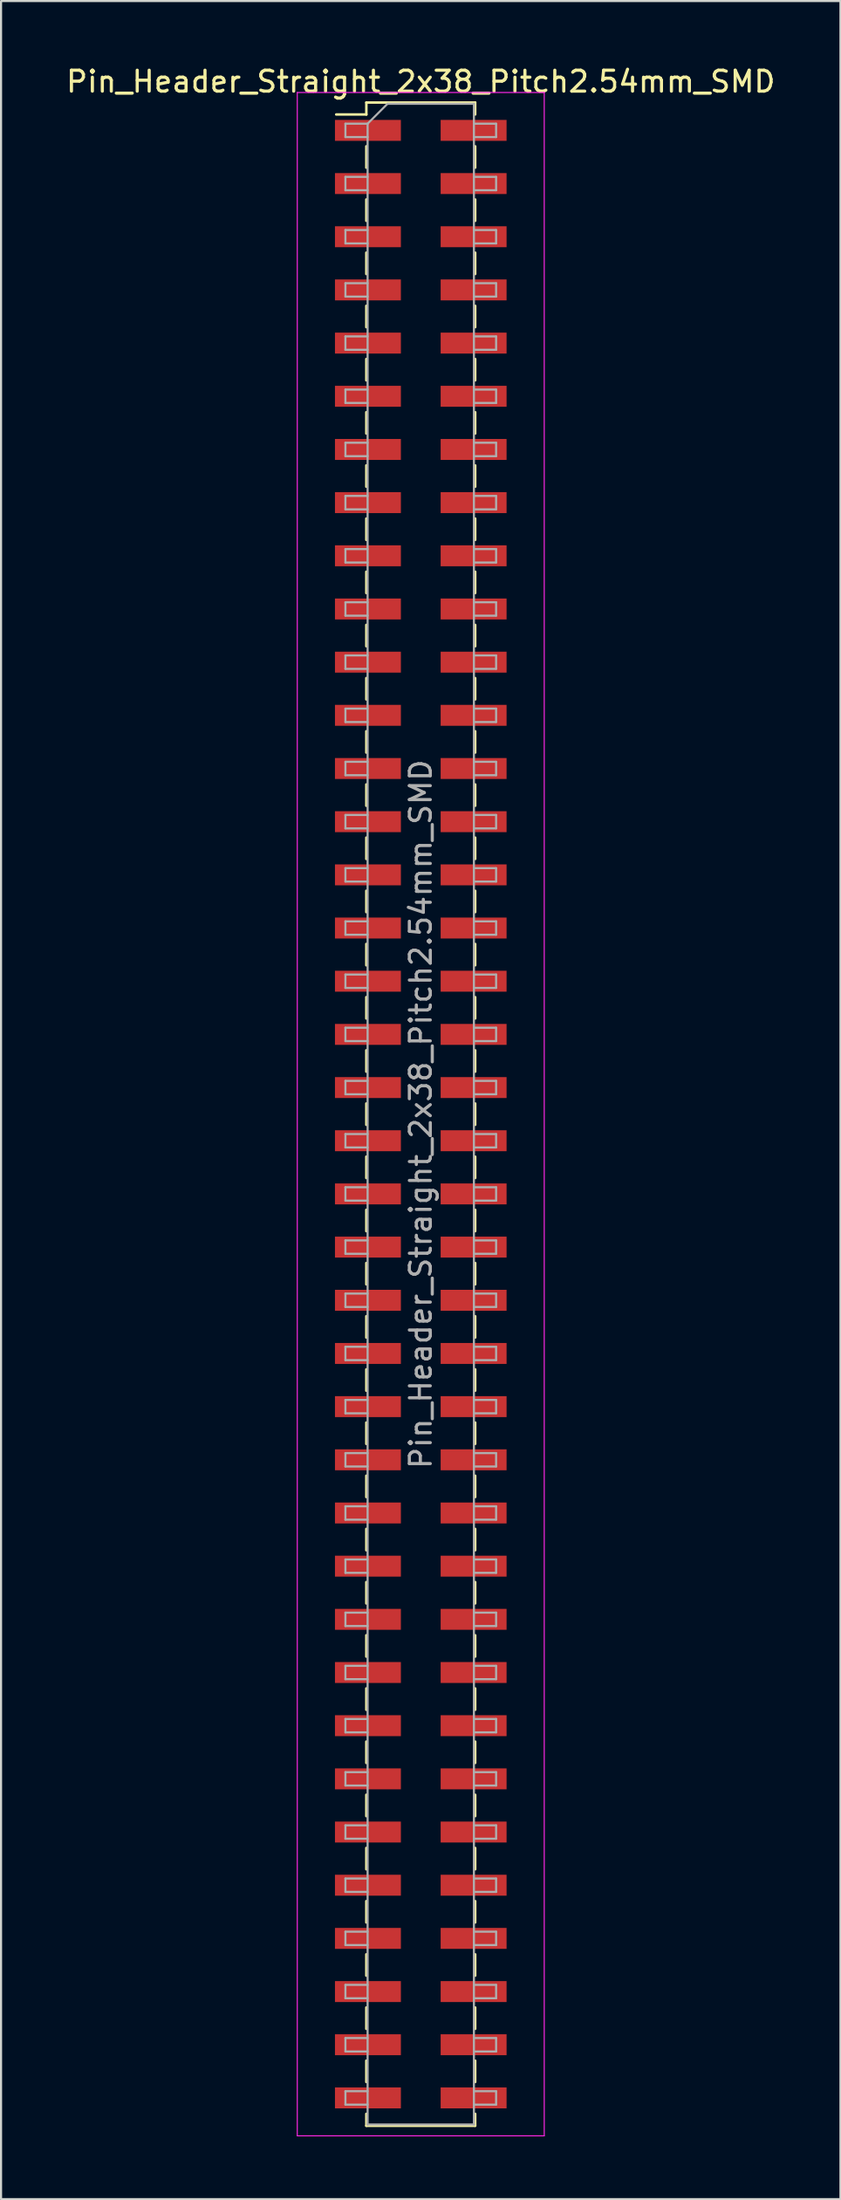
<source format=kicad_pcb>
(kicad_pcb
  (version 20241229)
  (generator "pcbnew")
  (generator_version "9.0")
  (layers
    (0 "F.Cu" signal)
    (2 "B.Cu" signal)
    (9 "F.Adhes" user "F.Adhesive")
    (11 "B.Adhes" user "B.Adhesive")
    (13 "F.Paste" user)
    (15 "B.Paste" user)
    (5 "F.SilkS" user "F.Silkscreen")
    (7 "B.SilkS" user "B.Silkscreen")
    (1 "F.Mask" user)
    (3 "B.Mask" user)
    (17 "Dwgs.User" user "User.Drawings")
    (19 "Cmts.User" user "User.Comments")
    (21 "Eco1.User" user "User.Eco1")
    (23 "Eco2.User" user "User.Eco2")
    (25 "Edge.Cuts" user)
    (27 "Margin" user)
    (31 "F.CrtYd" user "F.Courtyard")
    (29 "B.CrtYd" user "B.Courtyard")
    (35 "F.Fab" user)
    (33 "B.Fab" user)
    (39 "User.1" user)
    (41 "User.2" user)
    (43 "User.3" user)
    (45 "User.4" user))
  (footprint "Pin_Header_Straight_2x38_Pitch2.54mm_SMD"
    (layer "F.Cu")
    (at 17.054 50.168)
    (property "Reference" "Pin_Header_Straight_2x38_Pitch2.54mm_SMD" (at 0 -49.32 0) (layer "F.SilkS") (effects (font (size 1 1) (thickness 0.15))))
    (attr smd)
    (fp_line (start -4.04 -47.75) (end -2.6 -47.75) (stroke (width 0.12) (type solid)) (layer "F.SilkS"))
    (fp_line (start -2.6 -48.32) (end -2.6 -47.75) (stroke (width 0.12) (type solid)) (layer "F.SilkS"))
    (fp_line (start -2.6 -48.32) (end 2.6 -48.32) (stroke (width 0.12) (type solid)) (layer "F.SilkS"))
    (fp_line (start -2.6 -46.23) (end -2.6 -45.21) (stroke (width 0.12) (type solid)) (layer "F.SilkS"))
    (fp_line (start -2.6 -43.69) (end -2.6 -42.67) (stroke (width 0.12) (type solid)) (layer "F.SilkS"))
    (fp_line (start -2.6 -41.15) (end -2.6 -40.13) (stroke (width 0.12) (type solid)) (layer "F.SilkS"))
    (fp_line (start -2.6 -38.61) (end -2.6 -37.59) (stroke (width 0.12) (type solid)) (layer "F.SilkS"))
    (fp_line (start -2.6 -36.07) (end -2.6 -35.05) (stroke (width 0.12) (type solid)) (layer "F.SilkS"))
    (fp_line (start -2.6 -33.53) (end -2.6 -32.51) (stroke (width 0.12) (type solid)) (layer "F.SilkS"))
    (fp_line (start -2.6 -30.99) (end -2.6 -29.97) (stroke (width 0.12) (type solid)) (layer "F.SilkS"))
    (fp_line (start -2.6 -28.45) (end -2.6 -27.43) (stroke (width 0.12) (type solid)) (layer "F.SilkS"))
    (fp_line (start -2.6 -25.91) (end -2.6 -24.89) (stroke (width 0.12) (type solid)) (layer "F.SilkS"))
    (fp_line (start -2.6 -23.37) (end -2.6 -22.35) (stroke (width 0.12) (type solid)) (layer "F.SilkS"))
    (fp_line (start -2.6 -20.83) (end -2.6 -19.81) (stroke (width 0.12) (type solid)) (layer "F.SilkS"))
    (fp_line (start -2.6 -18.29) (end -2.6 -17.27) (stroke (width 0.12) (type solid)) (layer "F.SilkS"))
    (fp_line (start -2.6 -15.75) (end -2.6 -14.73) (stroke (width 0.12) (type solid)) (layer "F.SilkS"))
    (fp_line (start -2.6 -13.21) (end -2.6 -12.19) (stroke (width 0.12) (type solid)) (layer "F.SilkS"))
    (fp_line (start -2.6 -10.67) (end -2.6 -9.65) (stroke (width 0.12) (type solid)) (layer "F.SilkS"))
    (fp_line (start -2.6 -8.13) (end -2.6 -7.11) (stroke (width 0.12) (type solid)) (layer "F.SilkS"))
    (fp_line (start -2.6 -5.59) (end -2.6 -4.57) (stroke (width 0.12) (type solid)) (layer "F.SilkS"))
    (fp_line (start -2.6 -3.05) (end -2.6 -2.03) (stroke (width 0.12) (type solid)) (layer "F.SilkS"))
    (fp_line (start -2.6 -0.51) (end -2.6 0.51) (stroke (width 0.12) (type solid)) (layer "F.SilkS"))
    (fp_line (start -2.6 2.03) (end -2.6 3.05) (stroke (width 0.12) (type solid)) (layer "F.SilkS"))
    (fp_line (start -2.6 4.57) (end -2.6 5.59) (stroke (width 0.12) (type solid)) (layer "F.SilkS"))
    (fp_line (start -2.6 7.11) (end -2.6 8.13) (stroke (width 0.12) (type solid)) (layer "F.SilkS"))
    (fp_line (start -2.6 9.65) (end -2.6 10.67) (stroke (width 0.12) (type solid)) (layer "F.SilkS"))
    (fp_line (start -2.6 12.19) (end -2.6 13.21) (stroke (width 0.12) (type solid)) (layer "F.SilkS"))
    (fp_line (start -2.6 14.73) (end -2.6 15.75) (stroke (width 0.12) (type solid)) (layer "F.SilkS"))
    (fp_line (start -2.6 17.27) (end -2.6 18.29) (stroke (width 0.12) (type solid)) (layer "F.SilkS"))
    (fp_line (start -2.6 19.81) (end -2.6 20.83) (stroke (width 0.12) (type solid)) (layer "F.SilkS"))
    (fp_line (start -2.6 22.35) (end -2.6 23.37) (stroke (width 0.12) (type solid)) (layer "F.SilkS"))
    (fp_line (start -2.6 24.89) (end -2.6 25.91) (stroke (width 0.12) (type solid)) (layer "F.SilkS"))
    (fp_line (start -2.6 27.43) (end -2.6 28.45) (stroke (width 0.12) (type solid)) (layer "F.SilkS"))
    (fp_line (start -2.6 29.97) (end -2.6 30.99) (stroke (width 0.12) (type solid)) (layer "F.SilkS"))
    (fp_line (start -2.6 32.51) (end -2.6 33.53) (stroke (width 0.12) (type solid)) (layer "F.SilkS"))
    (fp_line (start -2.6 35.05) (end -2.6 36.07) (stroke (width 0.12) (type solid)) (layer "F.SilkS"))
    (fp_line (start -2.6 37.59) (end -2.6 38.61) (stroke (width 0.12) (type solid)) (layer "F.SilkS"))
    (fp_line (start -2.6 40.13) (end -2.6 41.15) (stroke (width 0.12) (type solid)) (layer "F.SilkS"))
    (fp_line (start -2.6 42.67) (end -2.6 43.69) (stroke (width 0.12) (type solid)) (layer "F.SilkS"))
    (fp_line (start -2.6 45.21) (end -2.6 46.23) (stroke (width 0.12) (type solid)) (layer "F.SilkS"))
    (fp_line (start -2.6 47.75) (end -2.6 48.32) (stroke (width 0.12) (type solid)) (layer "F.SilkS"))
    (fp_line (start -2.6 48.32) (end 2.6 48.32) (stroke (width 0.12) (type solid)) (layer "F.SilkS"))
    (fp_line (start 2.6 -48.32) (end 2.6 -47.75) (stroke (width 0.12) (type solid)) (layer "F.SilkS"))
    (fp_line (start 2.6 -46.23) (end 2.6 -45.21) (stroke (width 0.12) (type solid)) (layer "F.SilkS"))
    (fp_line (start 2.6 -43.69) (end 2.6 -42.67) (stroke (width 0.12) (type solid)) (layer "F.SilkS"))
    (fp_line (start 2.6 -41.15) (end 2.6 -40.13) (stroke (width 0.12) (type solid)) (layer "F.SilkS"))
    (fp_line (start 2.6 -38.61) (end 2.6 -37.59) (stroke (width 0.12) (type solid)) (layer "F.SilkS"))
    (fp_line (start 2.6 -36.07) (end 2.6 -35.05) (stroke (width 0.12) (type solid)) (layer "F.SilkS"))
    (fp_line (start 2.6 -33.53) (end 2.6 -32.51) (stroke (width 0.12) (type solid)) (layer "F.SilkS"))
    (fp_line (start 2.6 -30.99) (end 2.6 -29.97) (stroke (width 0.12) (type solid)) (layer "F.SilkS"))
    (fp_line (start 2.6 -28.45) (end 2.6 -27.43) (stroke (width 0.12) (type solid)) (layer "F.SilkS"))
    (fp_line (start 2.6 -25.91) (end 2.6 -24.89) (stroke (width 0.12) (type solid)) (layer "F.SilkS"))
    (fp_line (start 2.6 -23.37) (end 2.6 -22.35) (stroke (width 0.12) (type solid)) (layer "F.SilkS"))
    (fp_line (start 2.6 -20.83) (end 2.6 -19.81) (stroke (width 0.12) (type solid)) (layer "F.SilkS"))
    (fp_line (start 2.6 -18.29) (end 2.6 -17.27) (stroke (width 0.12) (type solid)) (layer "F.SilkS"))
    (fp_line (start 2.6 -15.75) (end 2.6 -14.73) (stroke (width 0.12) (type solid)) (layer "F.SilkS"))
    (fp_line (start 2.6 -13.21) (end 2.6 -12.19) (stroke (width 0.12) (type solid)) (layer "F.SilkS"))
    (fp_line (start 2.6 -10.67) (end 2.6 -9.65) (stroke (width 0.12) (type solid)) (layer "F.SilkS"))
    (fp_line (start 2.6 -8.13) (end 2.6 -7.11) (stroke (width 0.12) (type solid)) (layer "F.SilkS"))
    (fp_line (start 2.6 -5.59) (end 2.6 -4.57) (stroke (width 0.12) (type solid)) (layer "F.SilkS"))
    (fp_line (start 2.6 -3.05) (end 2.6 -2.03) (stroke (width 0.12) (type solid)) (layer "F.SilkS"))
    (fp_line (start 2.6 -0.51) (end 2.6 0.51) (stroke (width 0.12) (type solid)) (layer "F.SilkS"))
    (fp_line (start 2.6 2.03) (end 2.6 3.05) (stroke (width 0.12) (type solid)) (layer "F.SilkS"))
    (fp_line (start 2.6 4.57) (end 2.6 5.59) (stroke (width 0.12) (type solid)) (layer "F.SilkS"))
    (fp_line (start 2.6 7.11) (end 2.6 8.13) (stroke (width 0.12) (type solid)) (layer "F.SilkS"))
    (fp_line (start 2.6 9.65) (end 2.6 10.67) (stroke (width 0.12) (type solid)) (layer "F.SilkS"))
    (fp_line (start 2.6 12.19) (end 2.6 13.21) (stroke (width 0.12) (type solid)) (layer "F.SilkS"))
    (fp_line (start 2.6 14.73) (end 2.6 15.75) (stroke (width 0.12) (type solid)) (layer "F.SilkS"))
    (fp_line (start 2.6 17.27) (end 2.6 18.29) (stroke (width 0.12) (type solid)) (layer "F.SilkS"))
    (fp_line (start 2.6 19.81) (end 2.6 20.83) (stroke (width 0.12) (type solid)) (layer "F.SilkS"))
    (fp_line (start 2.6 22.35) (end 2.6 23.37) (stroke (width 0.12) (type solid)) (layer "F.SilkS"))
    (fp_line (start 2.6 24.89) (end 2.6 25.91) (stroke (width 0.12) (type solid)) (layer "F.SilkS"))
    (fp_line (start 2.6 27.43) (end 2.6 28.45) (stroke (width 0.12) (type solid)) (layer "F.SilkS"))
    (fp_line (start 2.6 29.97) (end 2.6 30.99) (stroke (width 0.12) (type solid)) (layer "F.SilkS"))
    (fp_line (start 2.6 32.51) (end 2.6 33.53) (stroke (width 0.12) (type solid)) (layer "F.SilkS"))
    (fp_line (start 2.6 35.05) (end 2.6 36.07) (stroke (width 0.12) (type solid)) (layer "F.SilkS"))
    (fp_line (start 2.6 37.59) (end 2.6 38.61) (stroke (width 0.12) (type solid)) (layer "F.SilkS"))
    (fp_line (start 2.6 40.13) (end 2.6 41.15) (stroke (width 0.12) (type solid)) (layer "F.SilkS"))
    (fp_line (start 2.6 42.67) (end 2.6 43.69) (stroke (width 0.12) (type solid)) (layer "F.SilkS"))
    (fp_line (start 2.6 45.21) (end 2.6 46.23) (stroke (width 0.12) (type solid)) (layer "F.SilkS"))
    (fp_line (start 2.6 47.75) (end 2.6 48.32) (stroke (width 0.12) (type solid)) (layer "F.SilkS"))
    (fp_line (start -5.9 -48.8) (end -5.9 48.8) (stroke (width 0.05) (type solid)) (layer "F.CrtYd"))
    (fp_line (start -5.9 48.8) (end 5.9 48.8) (stroke (width 0.05) (type solid)) (layer "F.CrtYd"))
    (fp_line (start 5.9 -48.8) (end -5.9 -48.8) (stroke (width 0.05) (type solid)) (layer "F.CrtYd"))
    (fp_line (start 5.9 48.8) (end 5.9 -48.8) (stroke (width 0.05) (type solid)) (layer "F.CrtYd"))
    (fp_line (start -3.6 -47.31) (end -3.6 -46.67) (stroke (width 0.1) (type solid)) (layer "F.Fab"))
    (fp_line (start -3.6 -46.67) (end -2.54 -46.67) (stroke (width 0.1) (type solid)) (layer "F.Fab"))
    (fp_line (start -3.6 -44.77) (end -3.6 -44.13) (stroke (width 0.1) (type solid)) (layer "F.Fab"))
    (fp_line (start -3.6 -44.13) (end -2.54 -44.13) (stroke (width 0.1) (type solid)) (layer "F.Fab"))
    (fp_line (start -3.6 -42.23) (end -3.6 -41.59) (stroke (width 0.1) (type solid)) (layer "F.Fab"))
    (fp_line (start -3.6 -41.59) (end -2.54 -41.59) (stroke (width 0.1) (type solid)) (layer "F.Fab"))
    (fp_line (start -3.6 -39.69) (end -3.6 -39.05) (stroke (width 0.1) (type solid)) (layer "F.Fab"))
    (fp_line (start -3.6 -39.05) (end -2.54 -39.05) (stroke (width 0.1) (type solid)) (layer "F.Fab"))
    (fp_line (start -3.6 -37.15) (end -3.6 -36.51) (stroke (width 0.1) (type solid)) (layer "F.Fab"))
    (fp_line (start -3.6 -36.51) (end -2.54 -36.51) (stroke (width 0.1) (type solid)) (layer "F.Fab"))
    (fp_line (start -3.6 -34.61) (end -3.6 -33.97) (stroke (width 0.1) (type solid)) (layer "F.Fab"))
    (fp_line (start -3.6 -33.97) (end -2.54 -33.97) (stroke (width 0.1) (type solid)) (layer "F.Fab"))
    (fp_line (start -3.6 -32.07) (end -3.6 -31.43) (stroke (width 0.1) (type solid)) (layer "F.Fab"))
    (fp_line (start -3.6 -31.43) (end -2.54 -31.43) (stroke (width 0.1) (type solid)) (layer "F.Fab"))
    (fp_line (start -3.6 -29.53) (end -3.6 -28.89) (stroke (width 0.1) (type solid)) (layer "F.Fab"))
    (fp_line (start -3.6 -28.89) (end -2.54 -28.89) (stroke (width 0.1) (type solid)) (layer "F.Fab"))
    (fp_line (start -3.6 -26.99) (end -3.6 -26.35) (stroke (width 0.1) (type solid)) (layer "F.Fab"))
    (fp_line (start -3.6 -26.35) (end -2.54 -26.35) (stroke (width 0.1) (type solid)) (layer "F.Fab"))
    (fp_line (start -3.6 -24.45) (end -3.6 -23.81) (stroke (width 0.1) (type solid)) (layer "F.Fab"))
    (fp_line (start -3.6 -23.81) (end -2.54 -23.81) (stroke (width 0.1) (type solid)) (layer "F.Fab"))
    (fp_line (start -3.6 -21.91) (end -3.6 -21.27) (stroke (width 0.1) (type solid)) (layer "F.Fab"))
    (fp_line (start -3.6 -21.27) (end -2.54 -21.27) (stroke (width 0.1) (type solid)) (layer "F.Fab"))
    (fp_line (start -3.6 -19.37) (end -3.6 -18.73) (stroke (width 0.1) (type solid)) (layer "F.Fab"))
    (fp_line (start -3.6 -18.73) (end -2.54 -18.73) (stroke (width 0.1) (type solid)) (layer "F.Fab"))
    (fp_line (start -3.6 -16.83) (end -3.6 -16.19) (stroke (width 0.1) (type solid)) (layer "F.Fab"))
    (fp_line (start -3.6 -16.19) (end -2.54 -16.19) (stroke (width 0.1) (type solid)) (layer "F.Fab"))
    (fp_line (start -3.6 -14.29) (end -3.6 -13.65) (stroke (width 0.1) (type solid)) (layer "F.Fab"))
    (fp_line (start -3.6 -13.65) (end -2.54 -13.65) (stroke (width 0.1) (type solid)) (layer "F.Fab"))
    (fp_line (start -3.6 -11.75) (end -3.6 -11.11) (stroke (width 0.1) (type solid)) (layer "F.Fab"))
    (fp_line (start -3.6 -11.11) (end -2.54 -11.11) (stroke (width 0.1) (type solid)) (layer "F.Fab"))
    (fp_line (start -3.6 -9.21) (end -3.6 -8.57) (stroke (width 0.1) (type solid)) (layer "F.Fab"))
    (fp_line (start -3.6 -8.57) (end -2.54 -8.57) (stroke (width 0.1) (type solid)) (layer "F.Fab"))
    (fp_line (start -3.6 -6.67) (end -3.6 -6.03) (stroke (width 0.1) (type solid)) (layer "F.Fab"))
    (fp_line (start -3.6 -6.03) (end -2.54 -6.03) (stroke (width 0.1) (type solid)) (layer "F.Fab"))
    (fp_line (start -3.6 -4.13) (end -3.6 -3.49) (stroke (width 0.1) (type solid)) (layer "F.Fab"))
    (fp_line (start -3.6 -3.49) (end -2.54 -3.49) (stroke (width 0.1) (type solid)) (layer "F.Fab"))
    (fp_line (start -3.6 -1.59) (end -3.6 -0.95) (stroke (width 0.1) (type solid)) (layer "F.Fab"))
    (fp_line (start -3.6 -0.95) (end -2.54 -0.95) (stroke (width 0.1) (type solid)) (layer "F.Fab"))
    (fp_line (start -3.6 0.95) (end -3.6 1.59) (stroke (width 0.1) (type solid)) (layer "F.Fab"))
    (fp_line (start -3.6 1.59) (end -2.54 1.59) (stroke (width 0.1) (type solid)) (layer "F.Fab"))
    (fp_line (start -3.6 3.49) (end -3.6 4.13) (stroke (width 0.1) (type solid)) (layer "F.Fab"))
    (fp_line (start -3.6 4.13) (end -2.54 4.13) (stroke (width 0.1) (type solid)) (layer "F.Fab"))
    (fp_line (start -3.6 6.03) (end -3.6 6.67) (stroke (width 0.1) (type solid)) (layer "F.Fab"))
    (fp_line (start -3.6 6.67) (end -2.54 6.67) (stroke (width 0.1) (type solid)) (layer "F.Fab"))
    (fp_line (start -3.6 8.57) (end -3.6 9.21) (stroke (width 0.1) (type solid)) (layer "F.Fab"))
    (fp_line (start -3.6 9.21) (end -2.54 9.21) (stroke (width 0.1) (type solid)) (layer "F.Fab"))
    (fp_line (start -3.6 11.11) (end -3.6 11.75) (stroke (width 0.1) (type solid)) (layer "F.Fab"))
    (fp_line (start -3.6 11.75) (end -2.54 11.75) (stroke (width 0.1) (type solid)) (layer "F.Fab"))
    (fp_line (start -3.6 13.65) (end -3.6 14.29) (stroke (width 0.1) (type solid)) (layer "F.Fab"))
    (fp_line (start -3.6 14.29) (end -2.54 14.29) (stroke (width 0.1) (type solid)) (layer "F.Fab"))
    (fp_line (start -3.6 16.19) (end -3.6 16.83) (stroke (width 0.1) (type solid)) (layer "F.Fab"))
    (fp_line (start -3.6 16.83) (end -2.54 16.83) (stroke (width 0.1) (type solid)) (layer "F.Fab"))
    (fp_line (start -3.6 18.73) (end -3.6 19.37) (stroke (width 0.1) (type solid)) (layer "F.Fab"))
    (fp_line (start -3.6 19.37) (end -2.54 19.37) (stroke (width 0.1) (type solid)) (layer "F.Fab"))
    (fp_line (start -3.6 21.27) (end -3.6 21.91) (stroke (width 0.1) (type solid)) (layer "F.Fab"))
    (fp_line (start -3.6 21.91) (end -2.54 21.91) (stroke (width 0.1) (type solid)) (layer "F.Fab"))
    (fp_line (start -3.6 23.81) (end -3.6 24.45) (stroke (width 0.1) (type solid)) (layer "F.Fab"))
    (fp_line (start -3.6 24.45) (end -2.54 24.45) (stroke (width 0.1) (type solid)) (layer "F.Fab"))
    (fp_line (start -3.6 26.35) (end -3.6 26.99) (stroke (width 0.1) (type solid)) (layer "F.Fab"))
    (fp_line (start -3.6 26.99) (end -2.54 26.99) (stroke (width 0.1) (type solid)) (layer "F.Fab"))
    (fp_line (start -3.6 28.89) (end -3.6 29.53) (stroke (width 0.1) (type solid)) (layer "F.Fab"))
    (fp_line (start -3.6 29.53) (end -2.54 29.53) (stroke (width 0.1) (type solid)) (layer "F.Fab"))
    (fp_line (start -3.6 31.43) (end -3.6 32.07) (stroke (width 0.1) (type solid)) (layer "F.Fab"))
    (fp_line (start -3.6 32.07) (end -2.54 32.07) (stroke (width 0.1) (type solid)) (layer "F.Fab"))
    (fp_line (start -3.6 33.97) (end -3.6 34.61) (stroke (width 0.1) (type solid)) (layer "F.Fab"))
    (fp_line (start -3.6 34.61) (end -2.54 34.61) (stroke (width 0.1) (type solid)) (layer "F.Fab"))
    (fp_line (start -3.6 36.51) (end -3.6 37.15) (stroke (width 0.1) (type solid)) (layer "F.Fab"))
    (fp_line (start -3.6 37.15) (end -2.54 37.15) (stroke (width 0.1) (type solid)) (layer "F.Fab"))
    (fp_line (start -3.6 39.05) (end -3.6 39.69) (stroke (width 0.1) (type solid)) (layer "F.Fab"))
    (fp_line (start -3.6 39.69) (end -2.54 39.69) (stroke (width 0.1) (type solid)) (layer "F.Fab"))
    (fp_line (start -3.6 41.59) (end -3.6 42.23) (stroke (width 0.1) (type solid)) (layer "F.Fab"))
    (fp_line (start -3.6 42.23) (end -2.54 42.23) (stroke (width 0.1) (type solid)) (layer "F.Fab"))
    (fp_line (start -3.6 44.13) (end -3.6 44.77) (stroke (width 0.1) (type solid)) (layer "F.Fab"))
    (fp_line (start -3.6 44.77) (end -2.54 44.77) (stroke (width 0.1) (type solid)) (layer "F.Fab"))
    (fp_line (start -3.6 46.67) (end -3.6 47.31) (stroke (width 0.1) (type solid)) (layer "F.Fab"))
    (fp_line (start -3.6 47.31) (end -2.54 47.31) (stroke (width 0.1) (type solid)) (layer "F.Fab"))
    (fp_line (start -2.54 -47.31) (end -3.6 -47.31) (stroke (width 0.1) (type solid)) (layer "F.Fab"))
    (fp_line (start -2.54 -47.31) (end -1.59 -48.26) (stroke (width 0.1) (type solid)) (layer "F.Fab"))
    (fp_line (start -2.54 -44.77) (end -3.6 -44.77) (stroke (width 0.1) (type solid)) (layer "F.Fab"))
    (fp_line (start -2.54 -42.23) (end -3.6 -42.23) (stroke (width 0.1) (type solid)) (layer "F.Fab"))
    (fp_line (start -2.54 -39.69) (end -3.6 -39.69) (stroke (width 0.1) (type solid)) (layer "F.Fab"))
    (fp_line (start -2.54 -37.15) (end -3.6 -37.15) (stroke (width 0.1) (type solid)) (layer "F.Fab"))
    (fp_line (start -2.54 -34.61) (end -3.6 -34.61) (stroke (width 0.1) (type solid)) (layer "F.Fab"))
    (fp_line (start -2.54 -32.07) (end -3.6 -32.07) (stroke (width 0.1) (type solid)) (layer "F.Fab"))
    (fp_line (start -2.54 -29.53) (end -3.6 -29.53) (stroke (width 0.1) (type solid)) (layer "F.Fab"))
    (fp_line (start -2.54 -26.99) (end -3.6 -26.99) (stroke (width 0.1) (type solid)) (layer "F.Fab"))
    (fp_line (start -2.54 -24.45) (end -3.6 -24.45) (stroke (width 0.1) (type solid)) (layer "F.Fab"))
    (fp_line (start -2.54 -21.91) (end -3.6 -21.91) (stroke (width 0.1) (type solid)) (layer "F.Fab"))
    (fp_line (start -2.54 -19.37) (end -3.6 -19.37) (stroke (width 0.1) (type solid)) (layer "F.Fab"))
    (fp_line (start -2.54 -16.83) (end -3.6 -16.83) (stroke (width 0.1) (type solid)) (layer "F.Fab"))
    (fp_line (start -2.54 -14.29) (end -3.6 -14.29) (stroke (width 0.1) (type solid)) (layer "F.Fab"))
    (fp_line (start -2.54 -11.75) (end -3.6 -11.75) (stroke (width 0.1) (type solid)) (layer "F.Fab"))
    (fp_line (start -2.54 -9.21) (end -3.6 -9.21) (stroke (width 0.1) (type solid)) (layer "F.Fab"))
    (fp_line (start -2.54 -6.67) (end -3.6 -6.67) (stroke (width 0.1) (type solid)) (layer "F.Fab"))
    (fp_line (start -2.54 -4.13) (end -3.6 -4.13) (stroke (width 0.1) (type solid)) (layer "F.Fab"))
    (fp_line (start -2.54 -1.59) (end -3.6 -1.59) (stroke (width 0.1) (type solid)) (layer "F.Fab"))
    (fp_line (start -2.54 0.95) (end -3.6 0.95) (stroke (width 0.1) (type solid)) (layer "F.Fab"))
    (fp_line (start -2.54 3.49) (end -3.6 3.49) (stroke (width 0.1) (type solid)) (layer "F.Fab"))
    (fp_line (start -2.54 6.03) (end -3.6 6.03) (stroke (width 0.1) (type solid)) (layer "F.Fab"))
    (fp_line (start -2.54 8.57) (end -3.6 8.57) (stroke (width 0.1) (type solid)) (layer "F.Fab"))
    (fp_line (start -2.54 11.11) (end -3.6 11.11) (stroke (width 0.1) (type solid)) (layer "F.Fab"))
    (fp_line (start -2.54 13.65) (end -3.6 13.65) (stroke (width 0.1) (type solid)) (layer "F.Fab"))
    (fp_line (start -2.54 16.19) (end -3.6 16.19) (stroke (width 0.1) (type solid)) (layer "F.Fab"))
    (fp_line (start -2.54 18.73) (end -3.6 18.73) (stroke (width 0.1) (type solid)) (layer "F.Fab"))
    (fp_line (start -2.54 21.27) (end -3.6 21.27) (stroke (width 0.1) (type solid)) (layer "F.Fab"))
    (fp_line (start -2.54 23.81) (end -3.6 23.81) (stroke (width 0.1) (type solid)) (layer "F.Fab"))
    (fp_line (start -2.54 26.35) (end -3.6 26.35) (stroke (width 0.1) (type solid)) (layer "F.Fab"))
    (fp_line (start -2.54 28.89) (end -3.6 28.89) (stroke (width 0.1) (type solid)) (layer "F.Fab"))
    (fp_line (start -2.54 31.43) (end -3.6 31.43) (stroke (width 0.1) (type solid)) (layer "F.Fab"))
    (fp_line (start -2.54 33.97) (end -3.6 33.97) (stroke (width 0.1) (type solid)) (layer "F.Fab"))
    (fp_line (start -2.54 36.51) (end -3.6 36.51) (stroke (width 0.1) (type solid)) (layer "F.Fab"))
    (fp_line (start -2.54 39.05) (end -3.6 39.05) (stroke (width 0.1) (type solid)) (layer "F.Fab"))
    (fp_line (start -2.54 41.59) (end -3.6 41.59) (stroke (width 0.1) (type solid)) (layer "F.Fab"))
    (fp_line (start -2.54 44.13) (end -3.6 44.13) (stroke (width 0.1) (type solid)) (layer "F.Fab"))
    (fp_line (start -2.54 46.67) (end -3.6 46.67) (stroke (width 0.1) (type solid)) (layer "F.Fab"))
    (fp_line (start -2.54 48.26) (end -2.54 -47.31) (stroke (width 0.1) (type solid)) (layer "F.Fab"))
    (fp_line (start -1.59 -48.26) (end 2.54 -48.26) (stroke (width 0.1) (type solid)) (layer "F.Fab"))
    (fp_line (start 2.54 -48.26) (end 2.54 48.26) (stroke (width 0.1) (type solid)) (layer "F.Fab"))
    (fp_line (start 2.54 -47.31) (end 3.6 -47.31) (stroke (width 0.1) (type solid)) (layer "F.Fab"))
    (fp_line (start 2.54 -44.77) (end 3.6 -44.77) (stroke (width 0.1) (type solid)) (layer "F.Fab"))
    (fp_line (start 2.54 -42.23) (end 3.6 -42.23) (stroke (width 0.1) (type solid)) (layer "F.Fab"))
    (fp_line (start 2.54 -39.69) (end 3.6 -39.69) (stroke (width 0.1) (type solid)) (layer "F.Fab"))
    (fp_line (start 2.54 -37.15) (end 3.6 -37.15) (stroke (width 0.1) (type solid)) (layer "F.Fab"))
    (fp_line (start 2.54 -34.61) (end 3.6 -34.61) (stroke (width 0.1) (type solid)) (layer "F.Fab"))
    (fp_line (start 2.54 -32.07) (end 3.6 -32.07) (stroke (width 0.1) (type solid)) (layer "F.Fab"))
    (fp_line (start 2.54 -29.53) (end 3.6 -29.53) (stroke (width 0.1) (type solid)) (layer "F.Fab"))
    (fp_line (start 2.54 -26.99) (end 3.6 -26.99) (stroke (width 0.1) (type solid)) (layer "F.Fab"))
    (fp_line (start 2.54 -24.45) (end 3.6 -24.45) (stroke (width 0.1) (type solid)) (layer "F.Fab"))
    (fp_line (start 2.54 -21.91) (end 3.6 -21.91) (stroke (width 0.1) (type solid)) (layer "F.Fab"))
    (fp_line (start 2.54 -19.37) (end 3.6 -19.37) (stroke (width 0.1) (type solid)) (layer "F.Fab"))
    (fp_line (start 2.54 -16.83) (end 3.6 -16.83) (stroke (width 0.1) (type solid)) (layer "F.Fab"))
    (fp_line (start 2.54 -14.29) (end 3.6 -14.29) (stroke (width 0.1) (type solid)) (layer "F.Fab"))
    (fp_line (start 2.54 -11.75) (end 3.6 -11.75) (stroke (width 0.1) (type solid)) (layer "F.Fab"))
    (fp_line (start 2.54 -9.21) (end 3.6 -9.21) (stroke (width 0.1) (type solid)) (layer "F.Fab"))
    (fp_line (start 2.54 -6.67) (end 3.6 -6.67) (stroke (width 0.1) (type solid)) (layer "F.Fab"))
    (fp_line (start 2.54 -4.13) (end 3.6 -4.13) (stroke (width 0.1) (type solid)) (layer "F.Fab"))
    (fp_line (start 2.54 -1.59) (end 3.6 -1.59) (stroke (width 0.1) (type solid)) (layer "F.Fab"))
    (fp_line (start 2.54 0.95) (end 3.6 0.95) (stroke (width 0.1) (type solid)) (layer "F.Fab"))
    (fp_line (start 2.54 3.49) (end 3.6 3.49) (stroke (width 0.1) (type solid)) (layer "F.Fab"))
    (fp_line (start 2.54 6.03) (end 3.6 6.03) (stroke (width 0.1) (type solid)) (layer "F.Fab"))
    (fp_line (start 2.54 8.57) (end 3.6 8.57) (stroke (width 0.1) (type solid)) (layer "F.Fab"))
    (fp_line (start 2.54 11.11) (end 3.6 11.11) (stroke (width 0.1) (type solid)) (layer "F.Fab"))
    (fp_line (start 2.54 13.65) (end 3.6 13.65) (stroke (width 0.1) (type solid)) (layer "F.Fab"))
    (fp_line (start 2.54 16.19) (end 3.6 16.19) (stroke (width 0.1) (type solid)) (layer "F.Fab"))
    (fp_line (start 2.54 18.73) (end 3.6 18.73) (stroke (width 0.1) (type solid)) (layer "F.Fab"))
    (fp_line (start 2.54 21.27) (end 3.6 21.27) (stroke (width 0.1) (type solid)) (layer "F.Fab"))
    (fp_line (start 2.54 23.81) (end 3.6 23.81) (stroke (width 0.1) (type solid)) (layer "F.Fab"))
    (fp_line (start 2.54 26.35) (end 3.6 26.35) (stroke (width 0.1) (type solid)) (layer "F.Fab"))
    (fp_line (start 2.54 28.89) (end 3.6 28.89) (stroke (width 0.1) (type solid)) (layer "F.Fab"))
    (fp_line (start 2.54 31.43) (end 3.6 31.43) (stroke (width 0.1) (type solid)) (layer "F.Fab"))
    (fp_line (start 2.54 33.97) (end 3.6 33.97) (stroke (width 0.1) (type solid)) (layer "F.Fab"))
    (fp_line (start 2.54 36.51) (end 3.6 36.51) (stroke (width 0.1) (type solid)) (layer "F.Fab"))
    (fp_line (start 2.54 39.05) (end 3.6 39.05) (stroke (width 0.1) (type solid)) (layer "F.Fab"))
    (fp_line (start 2.54 41.59) (end 3.6 41.59) (stroke (width 0.1) (type solid)) (layer "F.Fab"))
    (fp_line (start 2.54 44.13) (end 3.6 44.13) (stroke (width 0.1) (type solid)) (layer "F.Fab"))
    (fp_line (start 2.54 46.67) (end 3.6 46.67) (stroke (width 0.1) (type solid)) (layer "F.Fab"))
    (fp_line (start 2.54 48.26) (end -2.54 48.26) (stroke (width 0.1) (type solid)) (layer "F.Fab"))
    (fp_line (start 3.6 -47.31) (end 3.6 -46.67) (stroke (width 0.1) (type solid)) (layer "F.Fab"))
    (fp_line (start 3.6 -46.67) (end 2.54 -46.67) (stroke (width 0.1) (type solid)) (layer "F.Fab"))
    (fp_line (start 3.6 -44.77) (end 3.6 -44.13) (stroke (width 0.1) (type solid)) (layer "F.Fab"))
    (fp_line (start 3.6 -44.13) (end 2.54 -44.13) (stroke (width 0.1) (type solid)) (layer "F.Fab"))
    (fp_line (start 3.6 -42.23) (end 3.6 -41.59) (stroke (width 0.1) (type solid)) (layer "F.Fab"))
    (fp_line (start 3.6 -41.59) (end 2.54 -41.59) (stroke (width 0.1) (type solid)) (layer "F.Fab"))
    (fp_line (start 3.6 -39.69) (end 3.6 -39.05) (stroke (width 0.1) (type solid)) (layer "F.Fab"))
    (fp_line (start 3.6 -39.05) (end 2.54 -39.05) (stroke (width 0.1) (type solid)) (layer "F.Fab"))
    (fp_line (start 3.6 -37.15) (end 3.6 -36.51) (stroke (width 0.1) (type solid)) (layer "F.Fab"))
    (fp_line (start 3.6 -36.51) (end 2.54 -36.51) (stroke (width 0.1) (type solid)) (layer "F.Fab"))
    (fp_line (start 3.6 -34.61) (end 3.6 -33.97) (stroke (width 0.1) (type solid)) (layer "F.Fab"))
    (fp_line (start 3.6 -33.97) (end 2.54 -33.97) (stroke (width 0.1) (type solid)) (layer "F.Fab"))
    (fp_line (start 3.6 -32.07) (end 3.6 -31.43) (stroke (width 0.1) (type solid)) (layer "F.Fab"))
    (fp_line (start 3.6 -31.43) (end 2.54 -31.43) (stroke (width 0.1) (type solid)) (layer "F.Fab"))
    (fp_line (start 3.6 -29.53) (end 3.6 -28.89) (stroke (width 0.1) (type solid)) (layer "F.Fab"))
    (fp_line (start 3.6 -28.89) (end 2.54 -28.89) (stroke (width 0.1) (type solid)) (layer "F.Fab"))
    (fp_line (start 3.6 -26.99) (end 3.6 -26.35) (stroke (width 0.1) (type solid)) (layer "F.Fab"))
    (fp_line (start 3.6 -26.35) (end 2.54 -26.35) (stroke (width 0.1) (type solid)) (layer "F.Fab"))
    (fp_line (start 3.6 -24.45) (end 3.6 -23.81) (stroke (width 0.1) (type solid)) (layer "F.Fab"))
    (fp_line (start 3.6 -23.81) (end 2.54 -23.81) (stroke (width 0.1) (type solid)) (layer "F.Fab"))
    (fp_line (start 3.6 -21.91) (end 3.6 -21.27) (stroke (width 0.1) (type solid)) (layer "F.Fab"))
    (fp_line (start 3.6 -21.27) (end 2.54 -21.27) (stroke (width 0.1) (type solid)) (layer "F.Fab"))
    (fp_line (start 3.6 -19.37) (end 3.6 -18.73) (stroke (width 0.1) (type solid)) (layer "F.Fab"))
    (fp_line (start 3.6 -18.73) (end 2.54 -18.73) (stroke (width 0.1) (type solid)) (layer "F.Fab"))
    (fp_line (start 3.6 -16.83) (end 3.6 -16.19) (stroke (width 0.1) (type solid)) (layer "F.Fab"))
    (fp_line (start 3.6 -16.19) (end 2.54 -16.19) (stroke (width 0.1) (type solid)) (layer "F.Fab"))
    (fp_line (start 3.6 -14.29) (end 3.6 -13.65) (stroke (width 0.1) (type solid)) (layer "F.Fab"))
    (fp_line (start 3.6 -13.65) (end 2.54 -13.65) (stroke (width 0.1) (type solid)) (layer "F.Fab"))
    (fp_line (start 3.6 -11.75) (end 3.6 -11.11) (stroke (width 0.1) (type solid)) (layer "F.Fab"))
    (fp_line (start 3.6 -11.11) (end 2.54 -11.11) (stroke (width 0.1) (type solid)) (layer "F.Fab"))
    (fp_line (start 3.6 -9.21) (end 3.6 -8.57) (stroke (width 0.1) (type solid)) (layer "F.Fab"))
    (fp_line (start 3.6 -8.57) (end 2.54 -8.57) (stroke (width 0.1) (type solid)) (layer "F.Fab"))
    (fp_line (start 3.6 -6.67) (end 3.6 -6.03) (stroke (width 0.1) (type solid)) (layer "F.Fab"))
    (fp_line (start 3.6 -6.03) (end 2.54 -6.03) (stroke (width 0.1) (type solid)) (layer "F.Fab"))
    (fp_line (start 3.6 -4.13) (end 3.6 -3.49) (stroke (width 0.1) (type solid)) (layer "F.Fab"))
    (fp_line (start 3.6 -3.49) (end 2.54 -3.49) (stroke (width 0.1) (type solid)) (layer "F.Fab"))
    (fp_line (start 3.6 -1.59) (end 3.6 -0.95) (stroke (width 0.1) (type solid)) (layer "F.Fab"))
    (fp_line (start 3.6 -0.95) (end 2.54 -0.95) (stroke (width 0.1) (type solid)) (layer "F.Fab"))
    (fp_line (start 3.6 0.95) (end 3.6 1.59) (stroke (width 0.1) (type solid)) (layer "F.Fab"))
    (fp_line (start 3.6 1.59) (end 2.54 1.59) (stroke (width 0.1) (type solid)) (layer "F.Fab"))
    (fp_line (start 3.6 3.49) (end 3.6 4.13) (stroke (width 0.1) (type solid)) (layer "F.Fab"))
    (fp_line (start 3.6 4.13) (end 2.54 4.13) (stroke (width 0.1) (type solid)) (layer "F.Fab"))
    (fp_line (start 3.6 6.03) (end 3.6 6.67) (stroke (width 0.1) (type solid)) (layer "F.Fab"))
    (fp_line (start 3.6 6.67) (end 2.54 6.67) (stroke (width 0.1) (type solid)) (layer "F.Fab"))
    (fp_line (start 3.6 8.57) (end 3.6 9.21) (stroke (width 0.1) (type solid)) (layer "F.Fab"))
    (fp_line (start 3.6 9.21) (end 2.54 9.21) (stroke (width 0.1) (type solid)) (layer "F.Fab"))
    (fp_line (start 3.6 11.11) (end 3.6 11.75) (stroke (width 0.1) (type solid)) (layer "F.Fab"))
    (fp_line (start 3.6 11.75) (end 2.54 11.75) (stroke (width 0.1) (type solid)) (layer "F.Fab"))
    (fp_line (start 3.6 13.65) (end 3.6 14.29) (stroke (width 0.1) (type solid)) (layer "F.Fab"))
    (fp_line (start 3.6 14.29) (end 2.54 14.29) (stroke (width 0.1) (type solid)) (layer "F.Fab"))
    (fp_line (start 3.6 16.19) (end 3.6 16.83) (stroke (width 0.1) (type solid)) (layer "F.Fab"))
    (fp_line (start 3.6 16.83) (end 2.54 16.83) (stroke (width 0.1) (type solid)) (layer "F.Fab"))
    (fp_line (start 3.6 18.73) (end 3.6 19.37) (stroke (width 0.1) (type solid)) (layer "F.Fab"))
    (fp_line (start 3.6 19.37) (end 2.54 19.37) (stroke (width 0.1) (type solid)) (layer "F.Fab"))
    (fp_line (start 3.6 21.27) (end 3.6 21.91) (stroke (width 0.1) (type solid)) (layer "F.Fab"))
    (fp_line (start 3.6 21.91) (end 2.54 21.91) (stroke (width 0.1) (type solid)) (layer "F.Fab"))
    (fp_line (start 3.6 23.81) (end 3.6 24.45) (stroke (width 0.1) (type solid)) (layer "F.Fab"))
    (fp_line (start 3.6 24.45) (end 2.54 24.45) (stroke (width 0.1) (type solid)) (layer "F.Fab"))
    (fp_line (start 3.6 26.35) (end 3.6 26.99) (stroke (width 0.1) (type solid)) (layer "F.Fab"))
    (fp_line (start 3.6 26.99) (end 2.54 26.99) (stroke (width 0.1) (type solid)) (layer "F.Fab"))
    (fp_line (start 3.6 28.89) (end 3.6 29.53) (stroke (width 0.1) (type solid)) (layer "F.Fab"))
    (fp_line (start 3.6 29.53) (end 2.54 29.53) (stroke (width 0.1) (type solid)) (layer "F.Fab"))
    (fp_line (start 3.6 31.43) (end 3.6 32.07) (stroke (width 0.1) (type solid)) (layer "F.Fab"))
    (fp_line (start 3.6 32.07) (end 2.54 32.07) (stroke (width 0.1) (type solid)) (layer "F.Fab"))
    (fp_line (start 3.6 33.97) (end 3.6 34.61) (stroke (width 0.1) (type solid)) (layer "F.Fab"))
    (fp_line (start 3.6 34.61) (end 2.54 34.61) (stroke (width 0.1) (type solid)) (layer "F.Fab"))
    (fp_line (start 3.6 36.51) (end 3.6 37.15) (stroke (width 0.1) (type solid)) (layer "F.Fab"))
    (fp_line (start 3.6 37.15) (end 2.54 37.15) (stroke (width 0.1) (type solid)) (layer "F.Fab"))
    (fp_line (start 3.6 39.05) (end 3.6 39.69) (stroke (width 0.1) (type solid)) (layer "F.Fab"))
    (fp_line (start 3.6 39.69) (end 2.54 39.69) (stroke (width 0.1) (type solid)) (layer "F.Fab"))
    (fp_line (start 3.6 41.59) (end 3.6 42.23) (stroke (width 0.1) (type solid)) (layer "F.Fab"))
    (fp_line (start 3.6 42.23) (end 2.54 42.23) (stroke (width 0.1) (type solid)) (layer "F.Fab"))
    (fp_line (start 3.6 44.13) (end 3.6 44.77) (stroke (width 0.1) (type solid)) (layer "F.Fab"))
    (fp_line (start 3.6 44.77) (end 2.54 44.77) (stroke (width 0.1) (type solid)) (layer "F.Fab"))
    (fp_line (start 3.6 46.67) (end 3.6 47.31) (stroke (width 0.1) (type solid)) (layer "F.Fab"))
    (fp_line (start 3.6 47.31) (end 2.54 47.31) (stroke (width 0.1) (type solid)) (layer "F.Fab"))
    (fp_text user "${REFERENCE}" (at 0 0 90) (layer "F.Fab") (effects (font (size 1 1) (thickness 0.15))))
    (pad "1" smd rect (at -2.525 -46.99) (size 3.15 1) (layers "F.Cu" "F.Mask" "F.Paste"))
    (pad "2" smd rect (at 2.525 -46.99) (size 3.15 1) (layers "F.Cu" "F.Mask" "F.Paste"))
    (pad "3" smd rect (at -2.525 -44.45) (size 3.15 1) (layers "F.Cu" "F.Mask" "F.Paste"))
    (pad "4" smd rect (at 2.525 -44.45) (size 3.15 1) (layers "F.Cu" "F.Mask" "F.Paste"))
    (pad "5" smd rect (at -2.525 -41.91) (size 3.15 1) (layers "F.Cu" "F.Mask" "F.Paste"))
    (pad "6" smd rect (at 2.525 -41.91) (size 3.15 1) (layers "F.Cu" "F.Mask" "F.Paste"))
    (pad "7" smd rect (at -2.525 -39.37) (size 3.15 1) (layers "F.Cu" "F.Mask" "F.Paste"))
    (pad "8" smd rect (at 2.525 -39.37) (size 3.15 1) (layers "F.Cu" "F.Mask" "F.Paste"))
    (pad "9" smd rect (at -2.525 -36.83) (size 3.15 1) (layers "F.Cu" "F.Mask" "F.Paste"))
    (pad "10" smd rect (at 2.525 -36.83) (size 3.15 1) (layers "F.Cu" "F.Mask" "F.Paste"))
    (pad "11" smd rect (at -2.525 -34.29) (size 3.15 1) (layers "F.Cu" "F.Mask" "F.Paste"))
    (pad "12" smd rect (at 2.525 -34.29) (size 3.15 1) (layers "F.Cu" "F.Mask" "F.Paste"))
    (pad "13" smd rect (at -2.525 -31.75) (size 3.15 1) (layers "F.Cu" "F.Mask" "F.Paste"))
    (pad "14" smd rect (at 2.525 -31.75) (size 3.15 1) (layers "F.Cu" "F.Mask" "F.Paste"))
    (pad "15" smd rect (at -2.525 -29.21) (size 3.15 1) (layers "F.Cu" "F.Mask" "F.Paste"))
    (pad "16" smd rect (at 2.525 -29.21) (size 3.15 1) (layers "F.Cu" "F.Mask" "F.Paste"))
    (pad "17" smd rect (at -2.525 -26.67) (size 3.15 1) (layers "F.Cu" "F.Mask" "F.Paste"))
    (pad "18" smd rect (at 2.525 -26.67) (size 3.15 1) (layers "F.Cu" "F.Mask" "F.Paste"))
    (pad "19" smd rect (at -2.525 -24.13) (size 3.15 1) (layers "F.Cu" "F.Mask" "F.Paste"))
    (pad "20" smd rect (at 2.525 -24.13) (size 3.15 1) (layers "F.Cu" "F.Mask" "F.Paste"))
    (pad "21" smd rect (at -2.525 -21.59) (size 3.15 1) (layers "F.Cu" "F.Mask" "F.Paste"))
    (pad "22" smd rect (at 2.525 -21.59) (size 3.15 1) (layers "F.Cu" "F.Mask" "F.Paste"))
    (pad "23" smd rect (at -2.525 -19.05) (size 3.15 1) (layers "F.Cu" "F.Mask" "F.Paste"))
    (pad "24" smd rect (at 2.525 -19.05) (size 3.15 1) (layers "F.Cu" "F.Mask" "F.Paste"))
    (pad "25" smd rect (at -2.525 -16.51) (size 3.15 1) (layers "F.Cu" "F.Mask" "F.Paste"))
    (pad "26" smd rect (at 2.525 -16.51) (size 3.15 1) (layers "F.Cu" "F.Mask" "F.Paste"))
    (pad "27" smd rect (at -2.525 -13.97) (size 3.15 1) (layers "F.Cu" "F.Mask" "F.Paste"))
    (pad "28" smd rect (at 2.525 -13.97) (size 3.15 1) (layers "F.Cu" "F.Mask" "F.Paste"))
    (pad "29" smd rect (at -2.525 -11.43) (size 3.15 1) (layers "F.Cu" "F.Mask" "F.Paste"))
    (pad "30" smd rect (at 2.525 -11.43) (size 3.15 1) (layers "F.Cu" "F.Mask" "F.Paste"))
    (pad "31" smd rect (at -2.525 -8.89) (size 3.15 1) (layers "F.Cu" "F.Mask" "F.Paste"))
    (pad "32" smd rect (at 2.525 -8.89) (size 3.15 1) (layers "F.Cu" "F.Mask" "F.Paste"))
    (pad "33" smd rect (at -2.525 -6.35) (size 3.15 1) (layers "F.Cu" "F.Mask" "F.Paste"))
    (pad "34" smd rect (at 2.525 -6.35) (size 3.15 1) (layers "F.Cu" "F.Mask" "F.Paste"))
    (pad "35" smd rect (at -2.525 -3.81) (size 3.15 1) (layers "F.Cu" "F.Mask" "F.Paste"))
    (pad "36" smd rect (at 2.525 -3.81) (size 3.15 1) (layers "F.Cu" "F.Mask" "F.Paste"))
    (pad "37" smd rect (at -2.525 -1.27) (size 3.15 1) (layers "F.Cu" "F.Mask" "F.Paste"))
    (pad "38" smd rect (at 2.525 -1.27) (size 3.15 1) (layers "F.Cu" "F.Mask" "F.Paste"))
    (pad "39" smd rect (at -2.525 1.27) (size 3.15 1) (layers "F.Cu" "F.Mask" "F.Paste"))
    (pad "40" smd rect (at 2.525 1.27) (size 3.15 1) (layers "F.Cu" "F.Mask" "F.Paste"))
    (pad "41" smd rect (at -2.525 3.81) (size 3.15 1) (layers "F.Cu" "F.Mask" "F.Paste"))
    (pad "42" smd rect (at 2.525 3.81) (size 3.15 1) (layers "F.Cu" "F.Mask" "F.Paste"))
    (pad "43" smd rect (at -2.525 6.35) (size 3.15 1) (layers "F.Cu" "F.Mask" "F.Paste"))
    (pad "44" smd rect (at 2.525 6.35) (size 3.15 1) (layers "F.Cu" "F.Mask" "F.Paste"))
    (pad "45" smd rect (at -2.525 8.89) (size 3.15 1) (layers "F.Cu" "F.Mask" "F.Paste"))
    (pad "46" smd rect (at 2.525 8.89) (size 3.15 1) (layers "F.Cu" "F.Mask" "F.Paste"))
    (pad "47" smd rect (at -2.525 11.43) (size 3.15 1) (layers "F.Cu" "F.Mask" "F.Paste"))
    (pad "48" smd rect (at 2.525 11.43) (size 3.15 1) (layers "F.Cu" "F.Mask" "F.Paste"))
    (pad "49" smd rect (at -2.525 13.97) (size 3.15 1) (layers "F.Cu" "F.Mask" "F.Paste"))
    (pad "50" smd rect (at 2.525 13.97) (size 3.15 1) (layers "F.Cu" "F.Mask" "F.Paste"))
    (pad "51" smd rect (at -2.525 16.51) (size 3.15 1) (layers "F.Cu" "F.Mask" "F.Paste"))
    (pad "52" smd rect (at 2.525 16.51) (size 3.15 1) (layers "F.Cu" "F.Mask" "F.Paste"))
    (pad "53" smd rect (at -2.525 19.05) (size 3.15 1) (layers "F.Cu" "F.Mask" "F.Paste"))
    (pad "54" smd rect (at 2.525 19.05) (size 3.15 1) (layers "F.Cu" "F.Mask" "F.Paste"))
    (pad "55" smd rect (at -2.525 21.59) (size 3.15 1) (layers "F.Cu" "F.Mask" "F.Paste"))
    (pad "56" smd rect (at 2.525 21.59) (size 3.15 1) (layers "F.Cu" "F.Mask" "F.Paste"))
    (pad "57" smd rect (at -2.525 24.13) (size 3.15 1) (layers "F.Cu" "F.Mask" "F.Paste"))
    (pad "58" smd rect (at 2.525 24.13) (size 3.15 1) (layers "F.Cu" "F.Mask" "F.Paste"))
    (pad "59" smd rect (at -2.525 26.67) (size 3.15 1) (layers "F.Cu" "F.Mask" "F.Paste"))
    (pad "60" smd rect (at 2.525 26.67) (size 3.15 1) (layers "F.Cu" "F.Mask" "F.Paste"))
    (pad "61" smd rect (at -2.525 29.21) (size 3.15 1) (layers "F.Cu" "F.Mask" "F.Paste"))
    (pad "62" smd rect (at 2.525 29.21) (size 3.15 1) (layers "F.Cu" "F.Mask" "F.Paste"))
    (pad "63" smd rect (at -2.525 31.75) (size 3.15 1) (layers "F.Cu" "F.Mask" "F.Paste"))
    (pad "64" smd rect (at 2.525 31.75) (size 3.15 1) (layers "F.Cu" "F.Mask" "F.Paste"))
    (pad "65" smd rect (at -2.525 34.29) (size 3.15 1) (layers "F.Cu" "F.Mask" "F.Paste"))
    (pad "66" smd rect (at 2.525 34.29) (size 3.15 1) (layers "F.Cu" "F.Mask" "F.Paste"))
    (pad "67" smd rect (at -2.525 36.83) (size 3.15 1) (layers "F.Cu" "F.Mask" "F.Paste"))
    (pad "68" smd rect (at 2.525 36.83) (size 3.15 1) (layers "F.Cu" "F.Mask" "F.Paste"))
    (pad "69" smd rect (at -2.525 39.37) (size 3.15 1) (layers "F.Cu" "F.Mask" "F.Paste"))
    (pad "70" smd rect (at 2.525 39.37) (size 3.15 1) (layers "F.Cu" "F.Mask" "F.Paste"))
    (pad "71" smd rect (at -2.525 41.91) (size 3.15 1) (layers "F.Cu" "F.Mask" "F.Paste"))
    (pad "72" smd rect (at 2.525 41.91) (size 3.15 1) (layers "F.Cu" "F.Mask" "F.Paste"))
    (pad "73" smd rect (at -2.525 44.45) (size 3.15 1) (layers "F.Cu" "F.Mask" "F.Paste"))
    (pad "74" smd rect (at 2.525 44.45) (size 3.15 1) (layers "F.Cu" "F.Mask" "F.Paste"))
    (pad "75" smd rect (at -2.525 46.99) (size 3.15 1) (layers "F.Cu" "F.Mask" "F.Paste"))
    (pad "76" smd rect (at 2.525 46.99) (size 3.15 1) (layers "F.Cu" "F.Mask" "F.Paste")))
  (gr_rect
    (start -3 -3)
    (end 37.107 101.993)
    (stroke (width 0.1) (type default))
    (fill no)
    (layer "Edge.Cuts")))
</source>
